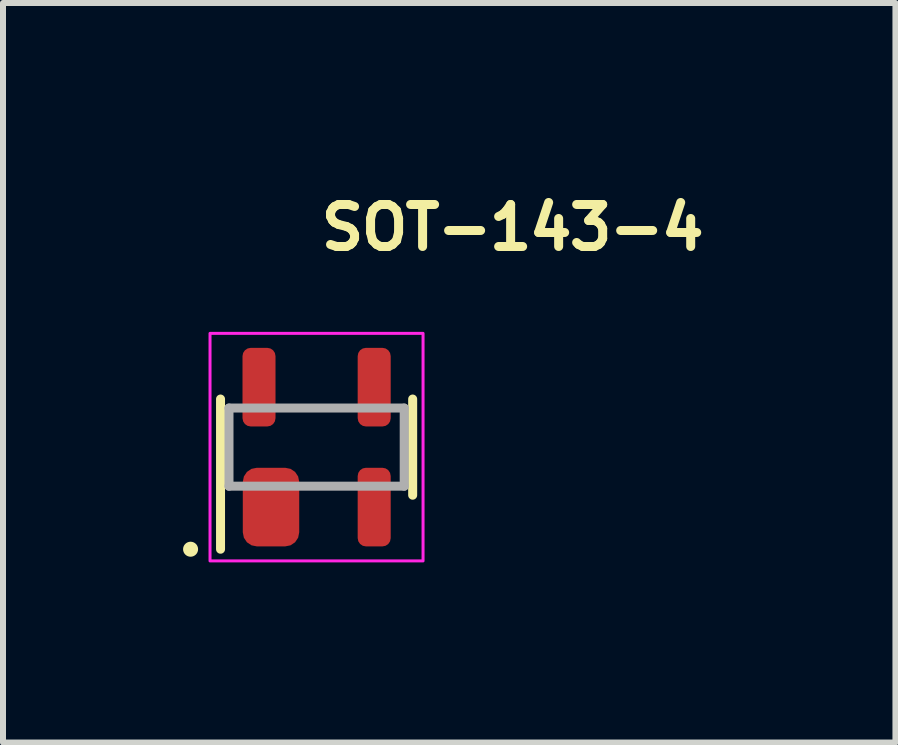
<source format=kicad_pcb>
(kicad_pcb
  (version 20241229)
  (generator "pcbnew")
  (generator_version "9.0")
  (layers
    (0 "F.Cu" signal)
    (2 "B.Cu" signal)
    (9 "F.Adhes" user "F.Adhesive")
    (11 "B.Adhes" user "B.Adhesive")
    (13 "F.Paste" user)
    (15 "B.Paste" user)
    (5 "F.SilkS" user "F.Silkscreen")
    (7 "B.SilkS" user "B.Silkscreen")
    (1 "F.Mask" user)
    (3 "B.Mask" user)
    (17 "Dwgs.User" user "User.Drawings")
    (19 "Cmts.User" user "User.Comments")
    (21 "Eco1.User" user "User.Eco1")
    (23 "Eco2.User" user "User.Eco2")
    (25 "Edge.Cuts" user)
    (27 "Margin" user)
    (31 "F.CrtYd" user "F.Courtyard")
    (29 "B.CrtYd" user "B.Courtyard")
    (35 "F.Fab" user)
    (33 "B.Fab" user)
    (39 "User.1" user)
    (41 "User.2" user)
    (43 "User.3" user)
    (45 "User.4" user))
  (footprint "SOT-143-4"
    (layer "F.Cu")
    (at 2.225 4.4)
    (property "Reference" "SOT-143-4" (at 0 -3.25 0) (layer "F.SilkS") (effects (font (size 0.7 0.7) (thickness 0.15)) (justify left bottom)))
    (attr smd)
    (fp_line (start -1.601 -0.802) (end -1.601 1.7) (stroke (width 0.15) (type solid)) (layer "F.SilkS"))
    (fp_line (start 1.6 -0.802) (end 1.6 0.8) (stroke (width 0.15) (type solid)) (layer "F.SilkS"))
    (fp_circle (center -2.1 1.7) (end -2.05 1.7) (stroke (width 0.15) (type solid)) (fill yes) (layer "F.SilkS"))
    (fp_rect (start -1.776 -1.896) (end 1.773 1.895) (stroke (width 0.05) (type solid)) (fill no) (layer "F.CrtYd"))
    (fp_line (start -1.46 0.65) (end -1.46 -0.652) (stroke (width 0.15) (type solid)) (layer "F.Fab"))
    (fp_line (start -1.46 0.65) (end 1.459 0.65) (stroke (width 0.15) (type solid)) (layer "F.Fab"))
    (fp_line (start 1.459 -0.652) (end -1.46 -0.652) (stroke (width 0.15) (type solid)) (layer "F.Fab"))
    (fp_line (start 1.459 -0.652) (end 1.459 0.65) (stroke (width 0.15) (type solid)) (layer "F.Fab"))
    (fp_rect (start -1.526 -1.321) (end 1.523 1.32) (stroke (width 0.1) (type solid)) (fill no) (layer "User.5"))
    (fp_line (start -1.524 -0.699) (end 1.523 -0.699) (stroke (width 0.02) (type solid)) (layer "User.9"))
    (fp_line (start -1.524 0.697) (end -1.524 -0.699) (stroke (width 0.02) (type solid)) (layer "User.9"))
    (fp_line (start -1.524 0.697) (end -1.373 0.672) (stroke (width 0.02) (type solid)) (layer "User.9"))
    (fp_line (start -1.373 -0.675) (end -1.526 -0.7) (stroke (width 0.02) (type solid)) (layer "User.9"))
    (fp_line (start -1.373 -0.675) (end 1.372 -0.675) (stroke (width 0.02) (type solid)) (layer "User.9"))
    (fp_line (start -1.373 0.673) (end -1.373 -0.675) (stroke (width 0.02) (type solid)) (layer "User.9"))
    (fp_line (start -1.214 -1.321) (end -0.706 -1.321) (stroke (width 0.02) (type solid)) (layer "User.9"))
    (fp_line (start -1.214 -1.258) (end -1.214 -1.321) (stroke (width 0.02) (type solid)) (layer "User.9"))
    (fp_line (start -1.214 -1.111) (end -1.214 -1.258) (stroke (width 0.02) (type solid)) (layer "User.9"))
    (fp_line (start -1.214 -1.057) (end -1.214 -1.111) (stroke (width 0.02) (type solid)) (layer "User.9"))
    (fp_line (start -1.214 -0.763) (end -1.214 -1.059) (stroke (width 0.02) (type solid)) (layer "User.9"))
    (fp_line (start -1.214 -0.7) (end -1.214 -0.763) (stroke (width 0.02) (type solid)) (layer "User.9"))
    (fp_line (start -1.214 -0.7) (end -0.706 -0.7) (stroke (width 0.02) (type solid)) (layer "User.9"))
    (fp_line (start -1.214 0.761) (end -1.214 0.697) (stroke (width 0.02) (type solid)) (layer "User.9"))
    (fp_line (start -1.214 1.056) (end -1.214 0.761) (stroke (width 0.02) (type solid)) (layer "User.9"))
    (fp_line (start -1.214 1.108) (end -1.214 1.056) (stroke (width 0.02) (type solid)) (layer "User.9"))
    (fp_line (start -1.214 1.255) (end -1.214 1.108) (stroke (width 0.02) (type solid)) (layer "User.9"))
    (fp_line (start -1.214 1.32) (end -1.214 1.255) (stroke (width 0.02) (type solid)) (layer "User.9"))
    (fp_line (start -0.822 0.371) (end -0.822 0.374) (stroke (width 0.02) (type solid)) (layer "User.9"))
    (fp_line (start -0.822 0.374) (end -0.822 0.374) (stroke (width 0.02) (type solid)) (layer "User.9"))
    (fp_line (start -0.822 0.374) (end -0.822 0.378) (stroke (width 0.02) (type solid)) (layer "User.9"))
    (fp_line (start -0.822 0.378) (end -0.821 0.382) (stroke (width 0.02) (type solid)) (layer "User.9"))
    (fp_line (start -0.821 0.363) (end -0.821 0.367) (stroke (width 0.02) (type solid)) (layer "User.9"))
    (fp_line (start -0.821 0.367) (end -0.822 0.371) (stroke (width 0.02) (type solid)) (layer "User.9"))
    (fp_line (start -0.821 0.382) (end -0.821 0.387) (stroke (width 0.02) (type solid)) (layer "User.9"))
    (fp_line (start -0.821 0.387) (end -0.82 0.391) (stroke (width 0.02) (type solid)) (layer "User.9"))
    (fp_line (start -0.82 0.359) (end -0.821 0.363) (stroke (width 0.02) (type solid)) (layer "User.9"))
    (fp_line (start -0.82 0.391) (end -0.819 0.395) (stroke (width 0.02) (type solid)) (layer "User.9"))
    (fp_line (start -0.819 0.355) (end -0.82 0.359) (stroke (width 0.02) (type solid)) (layer "User.9"))
    (fp_line (start -0.819 0.395) (end -0.818 0.398) (stroke (width 0.02) (type solid)) (layer "User.9"))
    (fp_line (start -0.818 0.352) (end -0.819 0.355) (stroke (width 0.02) (type solid)) (layer "User.9"))
    (fp_line (start -0.818 0.398) (end -0.817 0.402) (stroke (width 0.02) (type solid)) (layer "User.9"))
    (fp_line (start -0.817 0.349) (end -0.818 0.352) (stroke (width 0.02) (type solid)) (layer "User.9"))
    (fp_line (start -0.817 0.402) (end -0.816 0.405) (stroke (width 0.02) (type solid)) (layer "User.9"))
    (fp_line (start -0.816 0.346) (end -0.817 0.349) (stroke (width 0.02) (type solid)) (layer "User.9"))
    (fp_line (start -0.816 0.405) (end -0.814 0.409) (stroke (width 0.02) (type solid)) (layer "User.9"))
    (fp_line (start -0.814 0.342) (end -0.816 0.346) (stroke (width 0.02) (type solid)) (layer "User.9"))
    (fp_line (start -0.814 0.409) (end -0.813 0.412) (stroke (width 0.02) (type solid)) (layer "User.9"))
    (fp_line (start -0.813 0.339) (end -0.814 0.342) (stroke (width 0.02) (type solid)) (layer "User.9"))
    (fp_line (start -0.813 0.412) (end -0.811 0.415) (stroke (width 0.02) (type solid)) (layer "User.9"))
    (fp_line (start -0.811 0.336) (end -0.813 0.339) (stroke (width 0.02) (type solid)) (layer "User.9"))
    (fp_line (start -0.811 0.415) (end -0.809 0.417) (stroke (width 0.02) (type solid)) (layer "User.9"))
    (fp_line (start -0.809 0.333) (end -0.811 0.336) (stroke (width 0.02) (type solid)) (layer "User.9"))
    (fp_line (start -0.809 0.417) (end -0.807 0.42) (stroke (width 0.02) (type solid)) (layer "User.9"))
    (fp_line (start -0.807 0.33) (end -0.809 0.333) (stroke (width 0.02) (type solid)) (layer "User.9"))
    (fp_line (start -0.807 0.42) (end -0.804 0.423) (stroke (width 0.02) (type solid)) (layer "User.9"))
    (fp_line (start -0.804 0.327) (end -0.807 0.33) (stroke (width 0.02) (type solid)) (layer "User.9"))
    (fp_line (start -0.804 0.423) (end -0.802 0.426) (stroke (width 0.02) (type solid)) (layer "User.9"))
    (fp_line (start -0.802 0.324) (end -0.804 0.327) (stroke (width 0.02) (type solid)) (layer "User.9"))
    (fp_line (start -0.802 0.426) (end -0.799 0.428) (stroke (width 0.02) (type solid)) (layer "User.9"))
    (fp_line (start -0.799 0.322) (end -0.802 0.324) (stroke (width 0.02) (type solid)) (layer "User.9"))
    (fp_line (start -0.799 0.428) (end -0.797 0.431) (stroke (width 0.02) (type solid)) (layer "User.9"))
    (fp_line (start -0.797 0.318) (end -0.799 0.322) (stroke (width 0.02) (type solid)) (layer "User.9"))
    (fp_line (start -0.797 0.431) (end -0.794 0.433) (stroke (width 0.02) (type solid)) (layer "User.9"))
    (fp_line (start -0.794 0.316) (end -0.797 0.318) (stroke (width 0.02) (type solid)) (layer "User.9"))
    (fp_line (start -0.794 0.433) (end -0.791 0.436) (stroke (width 0.02) (type solid)) (layer "User.9"))
    (fp_line (start -0.791 0.313) (end -0.794 0.316) (stroke (width 0.02) (type solid)) (layer "User.9"))
    (fp_line (start -0.791 0.436) (end -0.788 0.438) (stroke (width 0.02) (type solid)) (layer "User.9"))
    (fp_line (start -0.788 0.311) (end -0.791 0.313) (stroke (width 0.02) (type solid)) (layer "User.9"))
    (fp_line (start -0.788 0.438) (end -0.785 0.44) (stroke (width 0.02) (type solid)) (layer "User.9"))
    (fp_line (start -0.785 0.309) (end -0.788 0.311) (stroke (width 0.02) (type solid)) (layer "User.9"))
    (fp_line (start -0.785 0.44) (end -0.782 0.442) (stroke (width 0.02) (type solid)) (layer "User.9"))
    (fp_line (start -0.782 0.307) (end -0.785 0.309) (stroke (width 0.02) (type solid)) (layer "User.9"))
    (fp_line (start -0.782 0.442) (end -0.779 0.443) (stroke (width 0.02) (type solid)) (layer "User.9"))
    (fp_line (start -0.779 0.306) (end -0.782 0.307) (stroke (width 0.02) (type solid)) (layer "User.9"))
    (fp_line (start -0.779 0.443) (end -0.775 0.445) (stroke (width 0.02) (type solid)) (layer "User.9"))
    (fp_line (start -0.775 0.304) (end -0.779 0.306) (stroke (width 0.02) (type solid)) (layer "User.9"))
    (fp_line (start -0.775 0.445) (end -0.772 0.446) (stroke (width 0.02) (type solid)) (layer "User.9"))
    (fp_line (start -0.772 0.303) (end -0.775 0.304) (stroke (width 0.02) (type solid)) (layer "User.9"))
    (fp_line (start -0.772 0.446) (end -0.767 0.448) (stroke (width 0.02) (type solid)) (layer "User.9"))
    (fp_line (start -0.767 0.302) (end -0.772 0.303) (stroke (width 0.02) (type solid)) (layer "User.9"))
    (fp_line (start -0.767 0.448) (end -0.764 0.449) (stroke (width 0.02) (type solid)) (layer "User.9"))
    (fp_line (start -0.764 0.301) (end -0.767 0.302) (stroke (width 0.02) (type solid)) (layer "User.9"))
    (fp_line (start -0.764 0.449) (end -0.76 0.45) (stroke (width 0.02) (type solid)) (layer "User.9"))
    (fp_line (start -0.76 0.3) (end -0.764 0.301) (stroke (width 0.02) (type solid)) (layer "User.9"))
    (fp_line (start -0.76 0.45) (end -0.756 0.451) (stroke (width 0.02) (type solid)) (layer "User.9"))
    (fp_line (start -0.756 0.299) (end -0.76 0.3) (stroke (width 0.02) (type solid)) (layer "User.9"))
    (fp_line (start -0.756 0.451) (end -0.752 0.451) (stroke (width 0.02) (type solid)) (layer "User.9"))
    (fp_line (start -0.752 0.299) (end -0.756 0.299) (stroke (width 0.02) (type solid)) (layer "User.9"))
    (fp_line (start -0.752 0.451) (end -0.748 0.452) (stroke (width 0.02) (type solid)) (layer "User.9"))
    (fp_line (start -0.748 0.298) (end -0.752 0.299) (stroke (width 0.02) (type solid)) (layer "User.9"))
    (fp_line (start -0.748 0.452) (end -0.744 0.452) (stroke (width 0.02) (type solid)) (layer "User.9"))
    (fp_line (start -0.744 0.298) (end -0.748 0.298) (stroke (width 0.02) (type solid)) (layer "User.9"))
    (fp_line (start -0.744 0.298) (end -0.744 0.298) (stroke (width 0.02) (type solid)) (layer "User.9"))
    (fp_line (start -0.744 0.452) (end -0.744 0.452) (stroke (width 0.02) (type solid)) (layer "User.9"))
    (fp_line (start -0.744 0.452) (end -0.741 0.452) (stroke (width 0.02) (type solid)) (layer "User.9"))
    (fp_line (start -0.741 0.298) (end -0.744 0.298) (stroke (width 0.02) (type solid)) (layer "User.9"))
    (fp_line (start -0.741 0.452) (end -0.737 0.451) (stroke (width 0.02) (type solid)) (layer "User.9"))
    (fp_line (start -0.737 0.299) (end -0.741 0.298) (stroke (width 0.02) (type solid)) (layer "User.9"))
    (fp_line (start -0.737 0.451) (end -0.733 0.451) (stroke (width 0.02) (type solid)) (layer "User.9"))
    (fp_line (start -0.733 0.299) (end -0.737 0.299) (stroke (width 0.02) (type solid)) (layer "User.9"))
    (fp_line (start -0.733 0.451) (end -0.729 0.45) (stroke (width 0.02) (type solid)) (layer "User.9"))
    (fp_line (start -0.729 0.3) (end -0.733 0.299) (stroke (width 0.02) (type solid)) (layer "User.9"))
    (fp_line (start -0.729 0.45) (end -0.725 0.449) (stroke (width 0.02) (type solid)) (layer "User.9"))
    (fp_line (start -0.725 0.301) (end -0.729 0.3) (stroke (width 0.02) (type solid)) (layer "User.9"))
    (fp_line (start -0.725 0.449) (end -0.722 0.448) (stroke (width 0.02) (type solid)) (layer "User.9"))
    (fp_line (start -0.722 0.302) (end -0.725 0.301) (stroke (width 0.02) (type solid)) (layer "User.9"))
    (fp_line (start -0.722 0.448) (end -0.718 0.446) (stroke (width 0.02) (type solid)) (layer "User.9"))
    (fp_line (start -0.718 0.303) (end -0.722 0.302) (stroke (width 0.02) (type solid)) (layer "User.9"))
    (fp_line (start -0.718 0.446) (end -0.715 0.445) (stroke (width 0.02) (type solid)) (layer "User.9"))
    (fp_line (start -0.715 0.304) (end -0.718 0.303) (stroke (width 0.02) (type solid)) (layer "User.9"))
    (fp_line (start -0.715 0.445) (end -0.711 0.443) (stroke (width 0.02) (type solid)) (layer "User.9"))
    (fp_line (start -0.711 0.306) (end -0.715 0.304) (stroke (width 0.02) (type solid)) (layer "User.9"))
    (fp_line (start -0.711 0.443) (end -0.708 0.442) (stroke (width 0.02) (type solid)) (layer "User.9"))
    (fp_line (start -0.708 0.307) (end -0.711 0.306) (stroke (width 0.02) (type solid)) (layer "User.9"))
    (fp_line (start -0.708 0.442) (end -0.705 0.44) (stroke (width 0.02) (type solid)) (layer "User.9"))
    (fp_line (start -0.706 -1.321) (end -0.706 -1.258) (stroke (width 0.02) (type solid)) (layer "User.9"))
    (fp_line (start -0.706 -1.258) (end -0.706 -1.111) (stroke (width 0.02) (type solid)) (layer "User.9"))
    (fp_line (start -0.706 -1.109) (end -0.706 -1.057) (stroke (width 0.02) (type solid)) (layer "User.9"))
    (fp_line (start -0.706 -1.059) (end -0.706 -0.763) (stroke (width 0.02) (type solid)) (layer "User.9"))
    (fp_line (start -0.706 -0.763) (end -0.706 -0.699) (stroke (width 0.02) (type solid)) (layer "User.9"))
    (fp_line (start -0.705 0.309) (end -0.708 0.307) (stroke (width 0.02) (type solid)) (layer "User.9"))
    (fp_line (start -0.705 0.44) (end -0.703 0.438) (stroke (width 0.02) (type solid)) (layer "User.9"))
    (fp_line (start -0.703 0.311) (end -0.705 0.309) (stroke (width 0.02) (type solid)) (layer "User.9"))
    (fp_line (start -0.703 0.438) (end -0.7 0.436) (stroke (width 0.02) (type solid)) (layer "User.9"))
    (fp_line (start -0.7 0.313) (end -0.703 0.311) (stroke (width 0.02) (type solid)) (layer "User.9"))
    (fp_line (start -0.7 0.436) (end -0.697 0.433) (stroke (width 0.02) (type solid)) (layer "User.9"))
    (fp_line (start -0.697 0.316) (end -0.7 0.313) (stroke (width 0.02) (type solid)) (layer "User.9"))
    (fp_line (start -0.697 0.433) (end -0.694 0.431) (stroke (width 0.02) (type solid)) (layer "User.9"))
    (fp_line (start -0.694 0.318) (end -0.697 0.316) (stroke (width 0.02) (type solid)) (layer "User.9"))
    (fp_line (start -0.694 0.431) (end -0.692 0.428) (stroke (width 0.02) (type solid)) (layer "User.9"))
    (fp_line (start -0.692 0.322) (end -0.694 0.318) (stroke (width 0.02) (type solid)) (layer "User.9"))
    (fp_line (start -0.692 0.428) (end -0.689 0.426) (stroke (width 0.02) (type solid)) (layer "User.9"))
    (fp_line (start -0.689 0.324) (end -0.692 0.322) (stroke (width 0.02) (type solid)) (layer "User.9"))
    (fp_line (start -0.689 0.426) (end -0.687 0.423) (stroke (width 0.02) (type solid)) (layer "User.9"))
    (fp_line (start -0.687 0.327) (end -0.689 0.324) (stroke (width 0.02) (type solid)) (layer "User.9"))
    (fp_line (start -0.687 0.423) (end -0.684 0.42) (stroke (width 0.02) (type solid)) (layer "User.9"))
    (fp_line (start -0.684 0.33) (end -0.687 0.327) (stroke (width 0.02) (type solid)) (layer "User.9"))
    (fp_line (start -0.684 0.42) (end -0.682 0.417) (stroke (width 0.02) (type solid)) (layer "User.9"))
    (fp_line (start -0.682 0.333) (end -0.684 0.33) (stroke (width 0.02) (type solid)) (layer "User.9"))
    (fp_line (start -0.682 0.417) (end -0.68 0.415) (stroke (width 0.02) (type solid)) (layer "User.9"))
    (fp_line (start -0.68 0.336) (end -0.682 0.333) (stroke (width 0.02) (type solid)) (layer "User.9"))
    (fp_line (start -0.68 0.415) (end -0.678 0.412) (stroke (width 0.02) (type solid)) (layer "User.9"))
    (fp_line (start -0.678 0.339) (end -0.68 0.336) (stroke (width 0.02) (type solid)) (layer "User.9"))
    (fp_line (start -0.678 0.412) (end -0.677 0.409) (stroke (width 0.02) (type solid)) (layer "User.9"))
    (fp_line (start -0.677 0.342) (end -0.678 0.339) (stroke (width 0.02) (type solid)) (layer "User.9"))
    (fp_line (start -0.677 0.409) (end -0.675 0.405) (stroke (width 0.02) (type solid)) (layer "User.9"))
    (fp_line (start -0.675 0.346) (end -0.677 0.342) (stroke (width 0.02) (type solid)) (layer "User.9"))
    (fp_line (start -0.675 0.405) (end -0.674 0.402) (stroke (width 0.02) (type solid)) (layer "User.9"))
    (fp_line (start -0.674 0.349) (end -0.675 0.346) (stroke (width 0.02) (type solid)) (layer "User.9"))
    (fp_line (start -0.674 0.402) (end -0.673 0.398) (stroke (width 0.02) (type solid)) (layer "User.9"))
    (fp_line (start -0.673 0.352) (end -0.674 0.349) (stroke (width 0.02) (type solid)) (layer "User.9"))
    (fp_line (start -0.673 0.398) (end -0.672 0.395) (stroke (width 0.02) (type solid)) (layer "User.9"))
    (fp_line (start -0.672 0.355) (end -0.673 0.352) (stroke (width 0.02) (type solid)) (layer "User.9"))
    (fp_line (start -0.672 0.395) (end -0.671 0.391) (stroke (width 0.02) (type solid)) (layer "User.9"))
    (fp_line (start -0.671 0.359) (end -0.672 0.355) (stroke (width 0.02) (type solid)) (layer "User.9"))
    (fp_line (start -0.671 0.391) (end -0.67 0.387) (stroke (width 0.02) (type solid)) (layer "User.9"))
    (fp_line (start -0.67 0.363) (end -0.671 0.359) (stroke (width 0.02) (type solid)) (layer "User.9"))
    (fp_line (start -0.67 0.367) (end -0.67 0.363) (stroke (width 0.02) (type solid)) (layer "User.9"))
    (fp_line (start -0.67 0.382) (end -0.669 0.378) (stroke (width 0.02) (type solid)) (layer "User.9"))
    (fp_line (start -0.67 0.387) (end -0.67 0.382) (stroke (width 0.02) (type solid)) (layer "User.9"))
    (fp_line (start -0.669 0.371) (end -0.67 0.367) (stroke (width 0.02) (type solid)) (layer "User.9"))
    (fp_line (start -0.669 0.374) (end -0.669 0.371) (stroke (width 0.02) (type solid)) (layer "User.9"))
    (fp_line (start -0.669 0.374) (end -0.669 0.374) (stroke (width 0.02) (type solid)) (layer "User.9"))
    (fp_line (start -0.669 0.374) (end -0.669 0.374) (stroke (width 0.02) (type solid)) (layer "User.9"))
    (fp_line (start -0.669 0.378) (end -0.669 0.374) (stroke (width 0.02) (type solid)) (layer "User.9"))
    (fp_line (start -0.276 0.698) (end -1.214 0.698) (stroke (width 0.02) (type solid)) (layer "User.9"))
    (fp_line (start -0.276 0.698) (end -0.276 0.761) (stroke (width 0.02) (type solid)) (layer "User.9"))
    (fp_line (start -0.276 0.761) (end -0.276 1.056) (stroke (width 0.02) (type solid)) (layer "User.9"))
    (fp_line (start -0.276 1.056) (end -0.276 1.108) (stroke (width 0.02) (type solid)) (layer "User.9"))
    (fp_line (start -0.276 1.108) (end -0.276 1.255) (stroke (width 0.02) (type solid)) (layer "User.9"))
    (fp_line (start -0.276 1.255) (end -0.276 1.32) (stroke (width 0.02) (type solid)) (layer "User.9"))
    (fp_line (start -0.276 1.32) (end -1.214 1.32) (stroke (width 0.02) (type solid)) (layer "User.9"))
    (fp_line (start 0.704 -1.321) (end 1.213 -1.321) (stroke (width 0.02) (type solid)) (layer "User.9"))
    (fp_line (start 0.704 -1.258) (end 0.704 -1.321) (stroke (width 0.02) (type solid)) (layer "User.9"))
    (fp_line (start 0.704 -1.111) (end 0.704 -1.258) (stroke (width 0.02) (type solid)) (layer "User.9"))
    (fp_line (start 0.704 -1.057) (end 0.704 -1.111) (stroke (width 0.02) (type solid)) (layer "User.9"))
    (fp_line (start 0.704 -0.763) (end 0.704 -1.059) (stroke (width 0.02) (type solid)) (layer "User.9"))
    (fp_line (start 0.704 -0.7) (end 0.704 -0.763) (stroke (width 0.02) (type solid)) (layer "User.9"))
    (fp_line (start 0.704 -0.7) (end 1.213 -0.7) (stroke (width 0.02) (type solid)) (layer "User.9"))
    (fp_line (start 0.704 0.761) (end 0.704 0.697) (stroke (width 0.02) (type solid)) (layer "User.9"))
    (fp_line (start 0.704 1.056) (end 0.704 0.761) (stroke (width 0.02) (type solid)) (layer "User.9"))
    (fp_line (start 0.704 1.108) (end 0.704 1.056) (stroke (width 0.02) (type solid)) (layer "User.9"))
    (fp_line (start 0.704 1.255) (end 0.704 1.108) (stroke (width 0.02) (type solid)) (layer "User.9"))
    (fp_line (start 0.704 1.32) (end 0.704 1.255) (stroke (width 0.02) (type solid)) (layer "User.9"))
    (fp_line (start 1.213 -1.321) (end 1.213 -1.258) (stroke (width 0.02) (type solid)) (layer "User.9"))
    (fp_line (start 1.213 -1.258) (end 1.213 -1.111) (stroke (width 0.02) (type solid)) (layer "User.9"))
    (fp_line (start 1.213 -1.109) (end 1.213 -1.057) (stroke (width 0.02) (type solid)) (layer "User.9"))
    (fp_line (start 1.213 -1.059) (end 1.213 -0.763) (stroke (width 0.02) (type solid)) (layer "User.9"))
    (fp_line (start 1.213 -0.763) (end 1.213 -0.699) (stroke (width 0.02) (type solid)) (layer "User.9"))
    (fp_line (start 1.213 0.698) (end 0.704 0.698) (stroke (width 0.02) (type solid)) (layer "User.9"))
    (fp_line (start 1.213 0.698) (end 1.213 0.761) (stroke (width 0.02) (type solid)) (layer "User.9"))
    (fp_line (start 1.213 0.761) (end 1.213 1.056) (stroke (width 0.02) (type solid)) (layer "User.9"))
    (fp_line (start 1.213 1.056) (end 1.213 1.108) (stroke (width 0.02) (type solid)) (layer "User.9"))
    (fp_line (start 1.213 1.108) (end 1.213 1.255) (stroke (width 0.02) (type solid)) (layer "User.9"))
    (fp_line (start 1.213 1.255) (end 1.213 1.32) (stroke (width 0.02) (type solid)) (layer "User.9"))
    (fp_line (start 1.213 1.32) (end 0.704 1.32) (stroke (width 0.02) (type solid)) (layer "User.9"))
    (fp_line (start 1.372 -0.675) (end 1.372 0.673) (stroke (width 0.02) (type solid)) (layer "User.9"))
    (fp_line (start 1.372 -0.675) (end 1.523 -0.7) (stroke (width 0.02) (type solid)) (layer "User.9"))
    (fp_line (start 1.372 0.673) (end -1.373 0.673) (stroke (width 0.02) (type solid)) (layer "User.9"))
    (fp_line (start 1.372 0.673) (end 1.523 0.698) (stroke (width 0.02) (type solid)) (layer "User.9"))
    (fp_line (start 1.523 -0.699) (end 1.523 0.697) (stroke (width 0.02) (type solid)) (layer "User.9"))
    (fp_line (start 1.523 0.697) (end -1.524 0.697) (stroke (width 0.02) (type solid)) (layer "User.9"))
    (pad "1" smd roundrect (at -0.76 0.998) (size 0.94 1.31) (layers "F.Cu" "F.Mask" "F.Paste") (roundrect_rratio 0.25))
    (pad "2" smd roundrect (at 0.959 0.998) (size 0.55 1.31) (layers "F.Cu" "F.Mask" "F.Paste") (roundrect_rratio 0.25))
    (pad "3" smd roundrect (at 0.959 -1) (size 0.55 1.31) (layers "F.Cu" "F.Mask" "F.Paste") (roundrect_rratio 0.25))
    (pad "4" smd roundrect (at -0.96 -1) (size 0.55 1.31) (layers "F.Cu" "F.Mask" "F.Paste") (roundrect_rratio 0.25)))
  (gr_rect
    (start -3 -3)
    (end 11.868 9.32)
    (stroke (width 0.1) (type default))
    (fill no)
    (layer "Edge.Cuts")))
</source>
